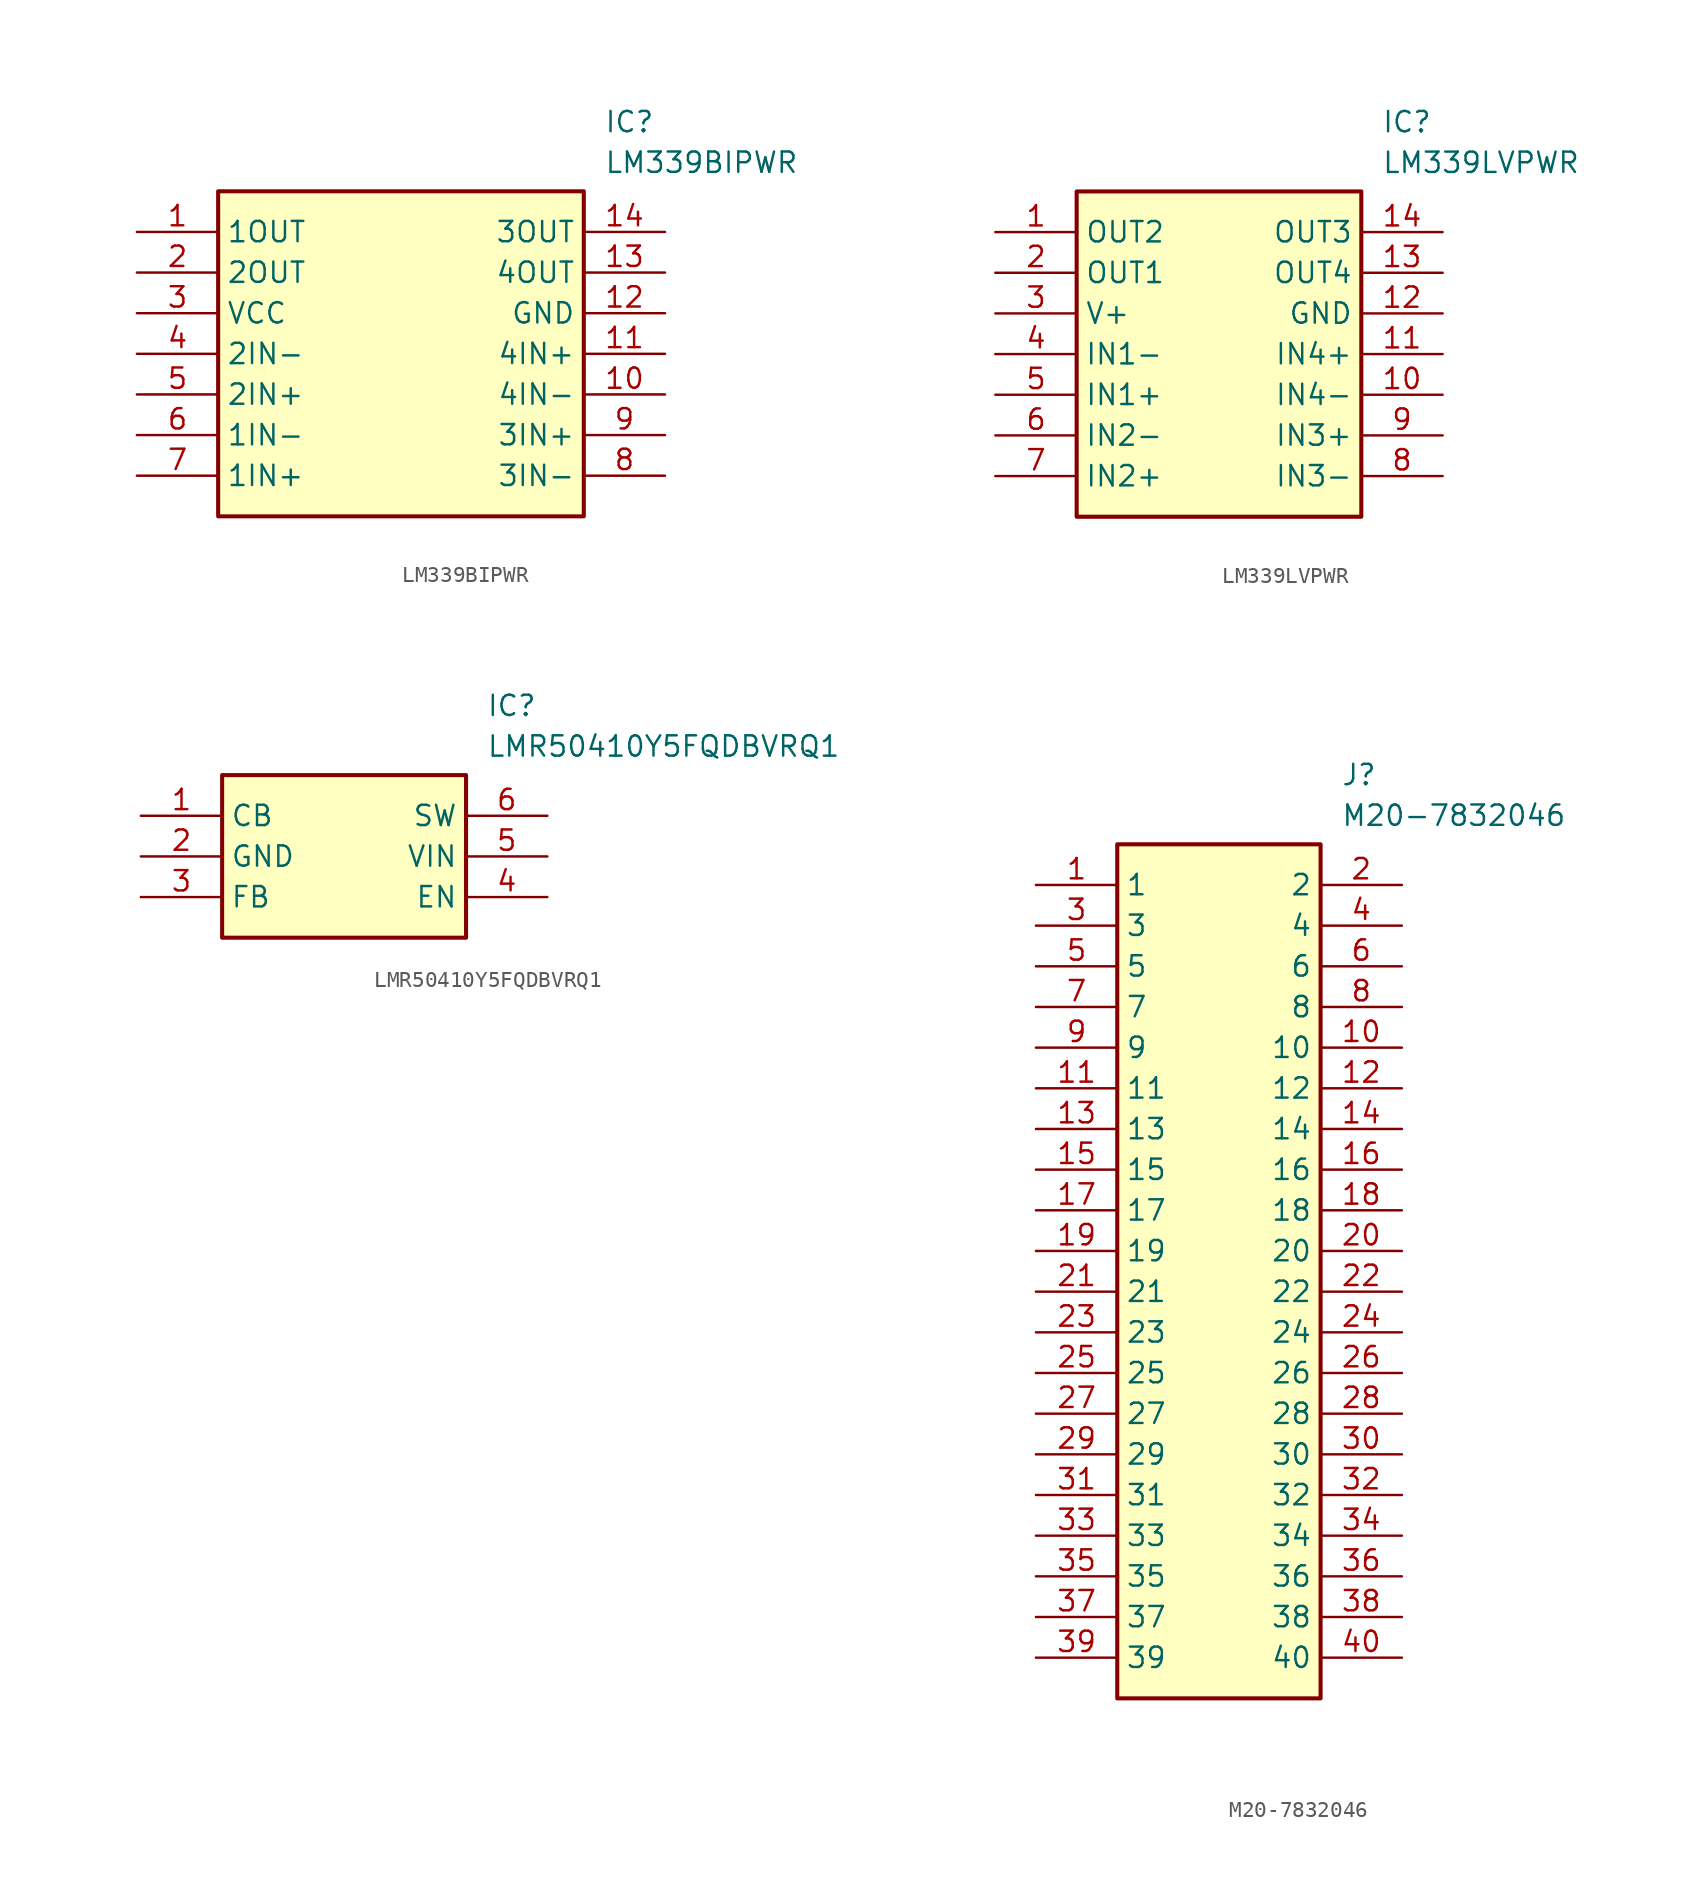
<source format=kicad_sym>
(kicad_symbol_lib
  (version 20231120)
  (generator "kicad_symbol_editor")
  (generator_version "8.0")
  (symbol "LM339BIPWR"
    (property "Reference" "IC"
      (at 29.21 7.62 0)
      (effects (font (size 1.27 1.27)) (justify left top)))
    (property "Value" "LM339BIPWR"
      (at 29.21 5.08 0)
      (effects (font (size 1.27 1.27)) (justify left top)))
    (rectangle
      (start 5.08 2.54)
      (end 27.94 -17.78)
      (stroke (width 0.254) (type default))
      (fill (type background)))
    (pin passive line
      (at 0 0 0)
      (length 5.08)
      (name "1OUT" (effects (font (size 1.27 1.27))))
      (number "1" (effects (font (size 1.27 1.27)))))
    (pin passive line
      (at 0 -2.54 0)
      (length 5.08)
      (name "2OUT" (effects (font (size 1.27 1.27))))
      (number "2" (effects (font (size 1.27 1.27)))))
    (pin passive line
      (at 0 -5.08 0)
      (length 5.08)
      (name "VCC" (effects (font (size 1.27 1.27))))
      (number "3" (effects (font (size 1.27 1.27)))))
    (pin passive line
      (at 0 -7.62 0)
      (length 5.08)
      (name "2IN-" (effects (font (size 1.27 1.27))))
      (number "4" (effects (font (size 1.27 1.27)))))
    (pin passive line
      (at 0 -10.16 0)
      (length 5.08)
      (name "2IN+" (effects (font (size 1.27 1.27))))
      (number "5" (effects (font (size 1.27 1.27)))))
    (pin passive line
      (at 0 -12.7 0)
      (length 5.08)
      (name "1IN-" (effects (font (size 1.27 1.27))))
      (number "6" (effects (font (size 1.27 1.27)))))
    (pin passive line
      (at 0 -15.24 0)
      (length 5.08)
      (name "1IN+" (effects (font (size 1.27 1.27))))
      (number "7" (effects (font (size 1.27 1.27)))))
    (pin passive line
      (at 33.02 0 180)
      (length 5.08)
      (name "3OUT" (effects (font (size 1.27 1.27))))
      (number "14" (effects (font (size 1.27 1.27)))))
    (pin passive line
      (at 33.02 -2.54 180)
      (length 5.08)
      (name "4OUT" (effects (font (size 1.27 1.27))))
      (number "13" (effects (font (size 1.27 1.27)))))
    (pin passive line
      (at 33.02 -5.08 180)
      (length 5.08)
      (name "GND" (effects (font (size 1.27 1.27))))
      (number "12" (effects (font (size 1.27 1.27)))))
    (pin passive line
      (at 33.02 -7.62 180)
      (length 5.08)
      (name "4IN+" (effects (font (size 1.27 1.27))))
      (number "11" (effects (font (size 1.27 1.27)))))
    (pin passive line
      (at 33.02 -10.16 180)
      (length 5.08)
      (name "4IN-" (effects (font (size 1.27 1.27))))
      (number "10" (effects (font (size 1.27 1.27)))))
    (pin passive line
      (at 33.02 -12.7 180)
      (length 5.08)
      (name "3IN+" (effects (font (size 1.27 1.27))))
      (number "9" (effects (font (size 1.27 1.27)))))
    (pin passive line
      (at 33.02 -15.24 180)
      (length 5.08)
      (name "3IN-" (effects (font (size 1.27 1.27))))
      (number "8" (effects (font (size 1.27 1.27))))))
  (symbol "LM339LVPWR"
    (property "Reference" "IC"
      (at 24.13 7.62 0)
      (effects (font (size 1.27 1.27)) (justify left top)))
    (property "Value" "LM339LVPWR"
      (at 24.13 5.08 0)
      (effects (font (size 1.27 1.27)) (justify left top)))
    (rectangle
      (start 5.08 2.54)
      (end 22.86 -17.78)
      (stroke (width 0.254) (type default))
      (fill (type background)))
    (pin passive line
      (at 0 0 0)
      (length 5.08)
      (name "OUT2" (effects (font (size 1.27 1.27))))
      (number "1" (effects (font (size 1.27 1.27)))))
    (pin passive line
      (at 0 -2.54 0)
      (length 5.08)
      (name "OUT1" (effects (font (size 1.27 1.27))))
      (number "2" (effects (font (size 1.27 1.27)))))
    (pin passive line
      (at 0 -5.08 0)
      (length 5.08)
      (name "V+" (effects (font (size 1.27 1.27))))
      (number "3" (effects (font (size 1.27 1.27)))))
    (pin passive line
      (at 0 -7.62 0)
      (length 5.08)
      (name "IN1-" (effects (font (size 1.27 1.27))))
      (number "4" (effects (font (size 1.27 1.27)))))
    (pin passive line
      (at 0 -10.16 0)
      (length 5.08)
      (name "IN1+" (effects (font (size 1.27 1.27))))
      (number "5" (effects (font (size 1.27 1.27)))))
    (pin passive line
      (at 0 -12.7 0)
      (length 5.08)
      (name "IN2-" (effects (font (size 1.27 1.27))))
      (number "6" (effects (font (size 1.27 1.27)))))
    (pin passive line
      (at 0 -15.24 0)
      (length 5.08)
      (name "IN2+" (effects (font (size 1.27 1.27))))
      (number "7" (effects (font (size 1.27 1.27)))))
    (pin passive line
      (at 27.94 0 180)
      (length 5.08)
      (name "OUT3" (effects (font (size 1.27 1.27))))
      (number "14" (effects (font (size 1.27 1.27)))))
    (pin passive line
      (at 27.94 -2.54 180)
      (length 5.08)
      (name "OUT4" (effects (font (size 1.27 1.27))))
      (number "13" (effects (font (size 1.27 1.27)))))
    (pin passive line
      (at 27.94 -5.08 180)
      (length 5.08)
      (name "GND" (effects (font (size 1.27 1.27))))
      (number "12" (effects (font (size 1.27 1.27)))))
    (pin passive line
      (at 27.94 -7.62 180)
      (length 5.08)
      (name "IN4+" (effects (font (size 1.27 1.27))))
      (number "11" (effects (font (size 1.27 1.27)))))
    (pin passive line
      (at 27.94 -10.16 180)
      (length 5.08)
      (name "IN4-" (effects (font (size 1.27 1.27))))
      (number "10" (effects (font (size 1.27 1.27)))))
    (pin passive line
      (at 27.94 -12.7 180)
      (length 5.08)
      (name "IN3+" (effects (font (size 1.27 1.27))))
      (number "9" (effects (font (size 1.27 1.27)))))
    (pin passive line
      (at 27.94 -15.24 180)
      (length 5.08)
      (name "IN3-" (effects (font (size 1.27 1.27))))
      (number "8" (effects (font (size 1.27 1.27))))))
  (symbol "LMR50410Y5FQDBVRQ1"
    (property "Reference" "IC"
      (at 21.59 7.62 0)
      (effects (font (size 1.27 1.27)) (justify left top)))
    (property "Value" "LMR50410Y5FQDBVRQ1"
      (at 21.59 5.08 0)
      (effects (font (size 1.27 1.27)) (justify left top)))
    (rectangle
      (start 5.08 2.54)
      (end 20.32 -7.62)
      (stroke (width 0.254) (type default))
      (fill (type background)))
    (pin passive line
      (at 0 0 0)
      (length 5.08)
      (name "CB" (effects (font (size 1.27 1.27))))
      (number "1" (effects (font (size 1.27 1.27)))))
    (pin power_in line
      (at 0 -2.54 0)
      (length 5.08)
      (name "GND" (effects (font (size 1.27 1.27))))
      (number "2" (effects (font (size 1.27 1.27)))))
    (pin passive line
      (at 0 -5.08 0)
      (length 5.08)
      (name "FB" (effects (font (size 1.27 1.27))))
      (number "3" (effects (font (size 1.27 1.27)))))
    (pin passive line
      (at 25.4 0 180)
      (length 5.08)
      (name "SW" (effects (font (size 1.27 1.27))))
      (number "6" (effects (font (size 1.27 1.27)))))
    (pin power_in line
      (at 25.4 -2.54 180)
      (length 5.08)
      (name "VIN" (effects (font (size 1.27 1.27))))
      (number "5" (effects (font (size 1.27 1.27)))))
    (pin passive line
      (at 25.4 -5.08 180)
      (length 5.08)
      (name "EN" (effects (font (size 1.27 1.27))))
      (number "4" (effects (font (size 1.27 1.27))))))
  (symbol "M20-7832046"
    (property "Reference" "J"
      (at 19.05 7.62 0)
      (effects (font (size 1.27 1.27)) (justify left top)))
    (property "Value" "M20-7832046"
      (at 19.05 5.08 0)
      (effects (font (size 1.27 1.27)) (justify left top)))
    (symbol "M20-7832046_1_1"
      (rectangle (start 5.08 2.54) (end 17.78 -50.8) (stroke (width 0.254) (type default)) (fill (type background)))
      (pin passive line (at 0 0 0) (length 5.08) (name "1" (effects (font (size 1.27 1.27)))) (number "1" (effects (font (size 1.27 1.27)))))
      (pin passive line (at 22.86 -10.16 180) (length 5.08) (name "10" (effects (font (size 1.27 1.27)))) (number "10" (effects (font (size 1.27 1.27)))))
      (pin passive line (at 0 -12.7 0) (length 5.08) (name "11" (effects (font (size 1.27 1.27)))) (number "11" (effects (font (size 1.27 1.27)))))
      (pin passive line (at 22.86 -12.7 180) (length 5.08) (name "12" (effects (font (size 1.27 1.27)))) (number "12" (effects (font (size 1.27 1.27)))))
      (pin passive line (at 0 -15.24 0) (length 5.08) (name "13" (effects (font (size 1.27 1.27)))) (number "13" (effects (font (size 1.27 1.27)))))
      (pin passive line (at 22.86 -15.24 180) (length 5.08) (name "14" (effects (font (size 1.27 1.27)))) (number "14" (effects (font (size 1.27 1.27)))))
      (pin passive line (at 0 -17.78 0) (length 5.08) (name "15" (effects (font (size 1.27 1.27)))) (number "15" (effects (font (size 1.27 1.27)))))
      (pin passive line (at 22.86 -17.78 180) (length 5.08) (name "16" (effects (font (size 1.27 1.27)))) (number "16" (effects (font (size 1.27 1.27)))))
      (pin passive line (at 0 -20.32 0) (length 5.08) (name "17" (effects (font (size 1.27 1.27)))) (number "17" (effects (font (size 1.27 1.27)))))
      (pin passive line (at 22.86 -20.32 180) (length 5.08) (name "18" (effects (font (size 1.27 1.27)))) (number "18" (effects (font (size 1.27 1.27)))))
      (pin passive line (at 0 -22.86 0) (length 5.08) (name "19" (effects (font (size 1.27 1.27)))) (number "19" (effects (font (size 1.27 1.27)))))
      (pin passive line (at 22.86 0 180) (length 5.08) (name "2" (effects (font (size 1.27 1.27)))) (number "2" (effects (font (size 1.27 1.27)))))
      (pin passive line (at 22.86 -22.86 180) (length 5.08) (name "20" (effects (font (size 1.27 1.27)))) (number "20" (effects (font (size 1.27 1.27)))))
      (pin passive line (at 0 -25.4 0) (length 5.08) (name "21" (effects (font (size 1.27 1.27)))) (number "21" (effects (font (size 1.27 1.27)))))
      (pin passive line (at 22.86 -25.4 180) (length 5.08) (name "22" (effects (font (size 1.27 1.27)))) (number "22" (effects (font (size 1.27 1.27)))))
      (pin passive line (at 0 -27.94 0) (length 5.08) (name "23" (effects (font (size 1.27 1.27)))) (number "23" (effects (font (size 1.27 1.27)))))
      (pin passive line (at 22.86 -27.94 180) (length 5.08) (name "24" (effects (font (size 1.27 1.27)))) (number "24" (effects (font (size 1.27 1.27)))))
      (pin passive line (at 0 -30.48 0) (length 5.08) (name "25" (effects (font (size 1.27 1.27)))) (number "25" (effects (font (size 1.27 1.27)))))
      (pin passive line (at 22.86 -30.48 180) (length 5.08) (name "26" (effects (font (size 1.27 1.27)))) (number "26" (effects (font (size 1.27 1.27)))))
      (pin passive line (at 0 -33.02 0) (length 5.08) (name "27" (effects (font (size 1.27 1.27)))) (number "27" (effects (font (size 1.27 1.27)))))
      (pin passive line (at 22.86 -33.02 180) (length 5.08) (name "28" (effects (font (size 1.27 1.27)))) (number "28" (effects (font (size 1.27 1.27)))))
      (pin passive line (at 0 -35.56 0) (length 5.08) (name "29" (effects (font (size 1.27 1.27)))) (number "29" (effects (font (size 1.27 1.27)))))
      (pin passive line (at 0 -2.54 0) (length 5.08) (name "3" (effects (font (size 1.27 1.27)))) (number "3" (effects (font (size 1.27 1.27)))))
      (pin passive line (at 22.86 -35.56 180) (length 5.08) (name "30" (effects (font (size 1.27 1.27)))) (number "30" (effects (font (size 1.27 1.27)))))
      (pin passive line (at 0 -38.1 0) (length 5.08) (name "31" (effects (font (size 1.27 1.27)))) (number "31" (effects (font (size 1.27 1.27)))))
      (pin passive line (at 22.86 -38.1 180) (length 5.08) (name "32" (effects (font (size 1.27 1.27)))) (number "32" (effects (font (size 1.27 1.27)))))
      (pin passive line (at 0 -40.64 0) (length 5.08) (name "33" (effects (font (size 1.27 1.27)))) (number "33" (effects (font (size 1.27 1.27)))))
      (pin passive line (at 22.86 -40.64 180) (length 5.08) (name "34" (effects (font (size 1.27 1.27)))) (number "34" (effects (font (size 1.27 1.27)))))
      (pin passive line (at 0 -43.18 0) (length 5.08) (name "35" (effects (font (size 1.27 1.27)))) (number "35" (effects (font (size 1.27 1.27)))))
      (pin passive line (at 22.86 -43.18 180) (length 5.08) (name "36" (effects (font (size 1.27 1.27)))) (number "36" (effects (font (size 1.27 1.27)))))
      (pin passive line (at 0 -45.72 0) (length 5.08) (name "37" (effects (font (size 1.27 1.27)))) (number "37" (effects (font (size 1.27 1.27)))))
      (pin passive line (at 22.86 -45.72 180) (length 5.08) (name "38" (effects (font (size 1.27 1.27)))) (number "38" (effects (font (size 1.27 1.27)))))
      (pin passive line (at 0 -48.26 0) (length 5.08) (name "39" (effects (font (size 1.27 1.27)))) (number "39" (effects (font (size 1.27 1.27)))))
      (pin passive line (at 22.86 -2.54 180) (length 5.08) (name "4" (effects (font (size 1.27 1.27)))) (number "4" (effects (font (size 1.27 1.27)))))
      (pin passive line (at 22.86 -48.26 180) (length 5.08) (name "40" (effects (font (size 1.27 1.27)))) (number "40" (effects (font (size 1.27 1.27)))))
      (pin passive line (at 0 -5.08 0) (length 5.08) (name "5" (effects (font (size 1.27 1.27)))) (number "5" (effects (font (size 1.27 1.27)))))
      (pin passive line (at 22.86 -5.08 180) (length 5.08) (name "6" (effects (font (size 1.27 1.27)))) (number "6" (effects (font (size 1.27 1.27)))))
      (pin passive line (at 0 -7.62 0) (length 5.08) (name "7" (effects (font (size 1.27 1.27)))) (number "7" (effects (font (size 1.27 1.27)))))
      (pin passive line (at 22.86 -7.62 180) (length 5.08) (name "8" (effects (font (size 1.27 1.27)))) (number "8" (effects (font (size 1.27 1.27)))))
      (pin passive line (at 0 -10.16 0) (length 5.08) (name "9" (effects (font (size 1.27 1.27)))) (number "9" (effects (font (size 1.27 1.27))))))))
</source>
